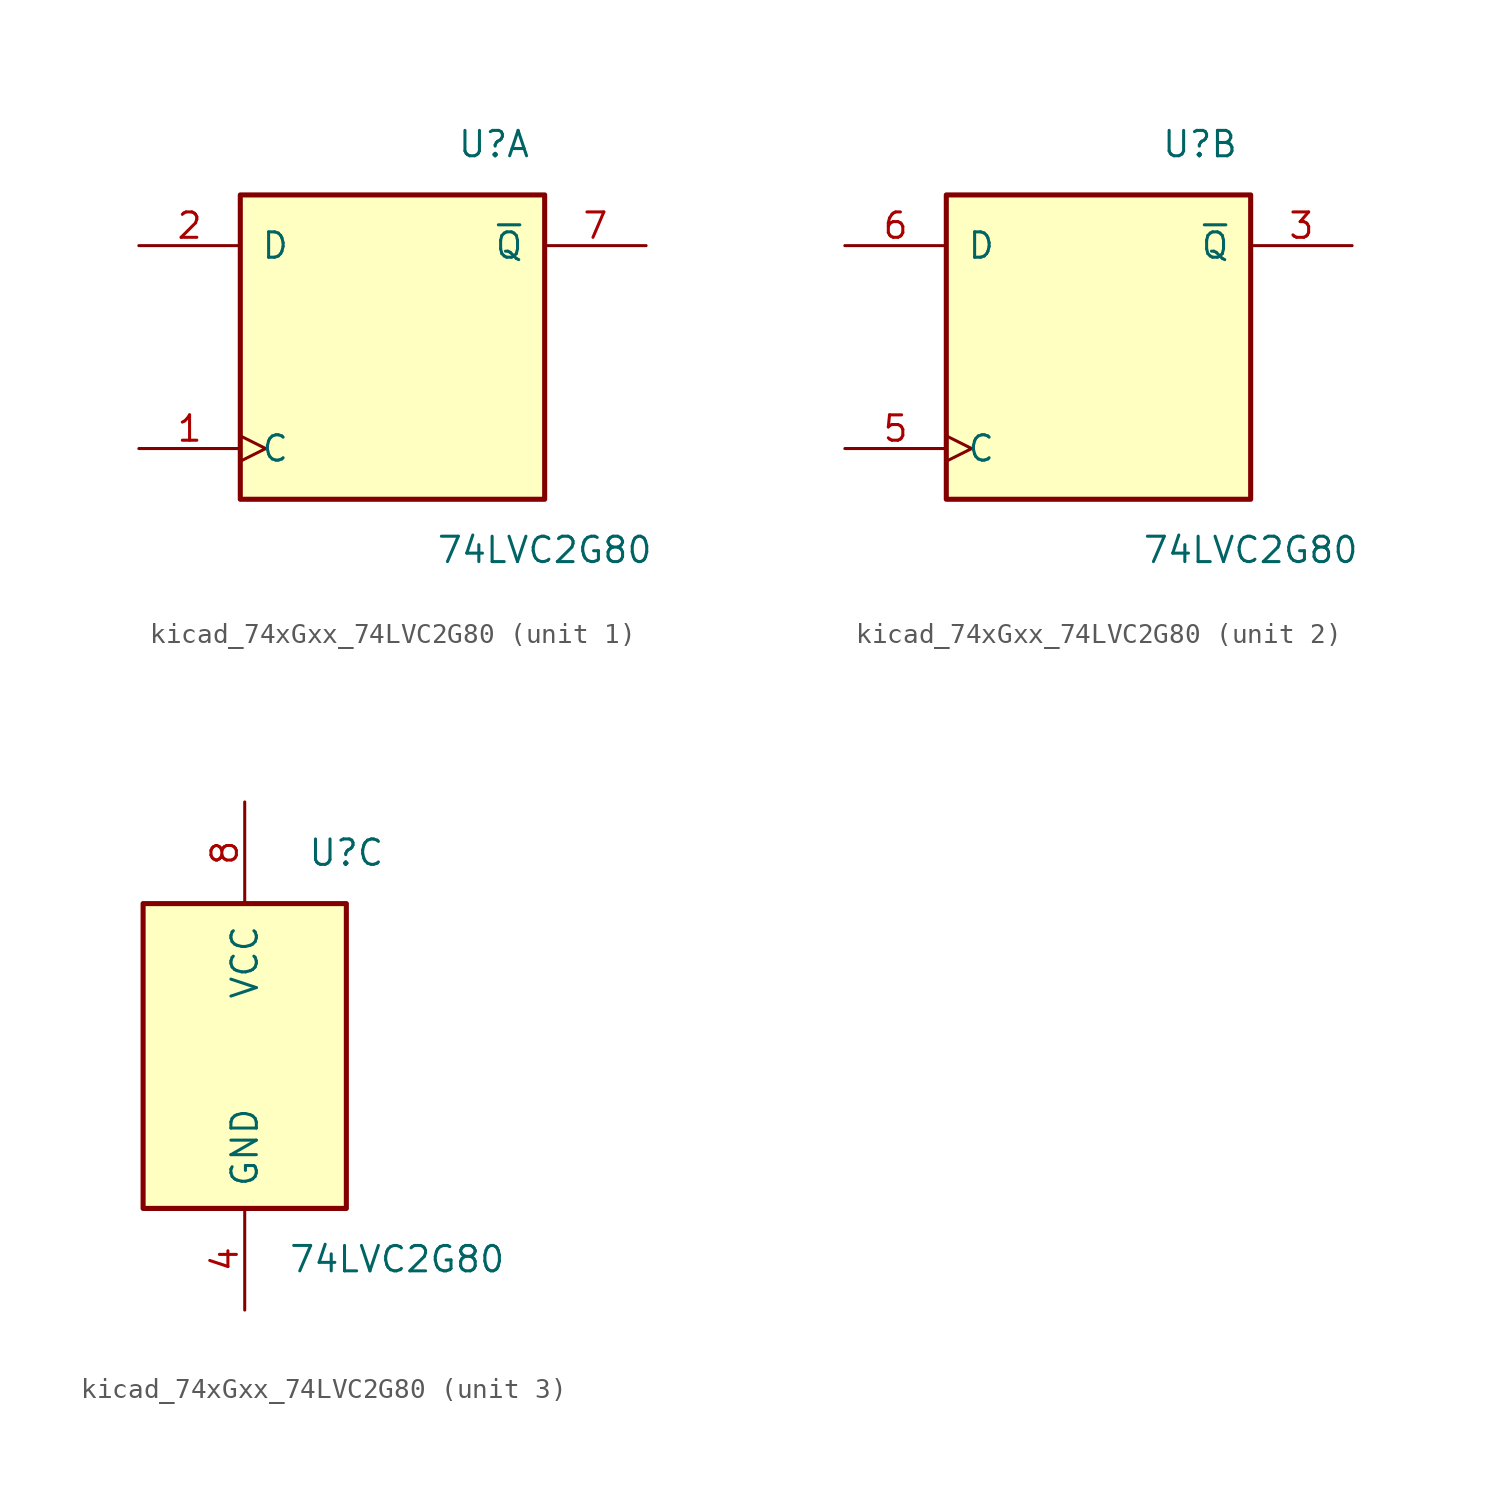
<source format=kicad_sym>
(kicad_symbol_lib
  (version 20220914)
  (generator kicad_symbol_editor)
  (symbol "kicad_74xGxx_74LVC2G80"
    (pin_names
      (offset 1.016))
    (property "Reference" "U"
      (at 5.08 10.16 0)
      (effects (font (size 1.27 1.27))))
    (property "Value" "74LVC2G80"
      (at 7.62 -10.16 0)
      (effects (font (size 1.27 1.27))))
    (symbol "kicad_74xGxx_74LVC2G80_1_1"
      (rectangle (start -7.62 7.62) (end 7.62 -7.62) (stroke (width 0.254) (type default)) (fill (type background)))
      (pin input clock (at -12.7 -5.08 0) (length 5.08) (name "C" (effects (font (size 1.27 1.27)))) (number "1" (effects (font (size 1.27 1.27)))))
      (pin input line (at -12.7 5.08 0) (length 5.08) (name "D" (effects (font (size 1.27 1.27)))) (number "2" (effects (font (size 1.27 1.27)))))
      (pin output line (at 12.7 5.08 180) (length 5.08) (name "~{Q}" (effects (font (size 1.27 1.27)))) (number "7" (effects (font (size 1.27 1.27))))))
    (symbol "kicad_74xGxx_74LVC2G80_2_1"
      (rectangle (start -7.62 7.62) (end 7.62 -7.62) (stroke (width 0.254) (type default)) (fill (type background)))
      (pin output line (at 12.7 5.08 180) (length 5.08) (name "~{Q}" (effects (font (size 1.27 1.27)))) (number "3" (effects (font (size 1.27 1.27)))))
      (pin input clock (at -12.7 -5.08 0) (length 5.08) (name "C" (effects (font (size 1.27 1.27)))) (number "5" (effects (font (size 1.27 1.27)))))
      (pin input line (at -12.7 5.08 0) (length 5.08) (name "D" (effects (font (size 1.27 1.27)))) (number "6" (effects (font (size 1.27 1.27))))))
    (symbol "kicad_74xGxx_74LVC2G80_3_0"
      (rectangle (start -5.08 -7.62) (end 5.08 7.62) (stroke (width 0.254) (type default)) (fill (type background))))
    (symbol "kicad_74xGxx_74LVC2G80_3_1"
      (pin power_in line (at 0 -12.7 90) (length 5.08) (name "GND" (effects (font (size 1.27 1.27)))) (number "4" (effects (font (size 1.27 1.27)))))
      (pin power_in line (at 0 12.7 270) (length 5.08) (name "VCC" (effects (font (size 1.27 1.27)))) (number "8" (effects (font (size 1.27 1.27))))))))
</source>
